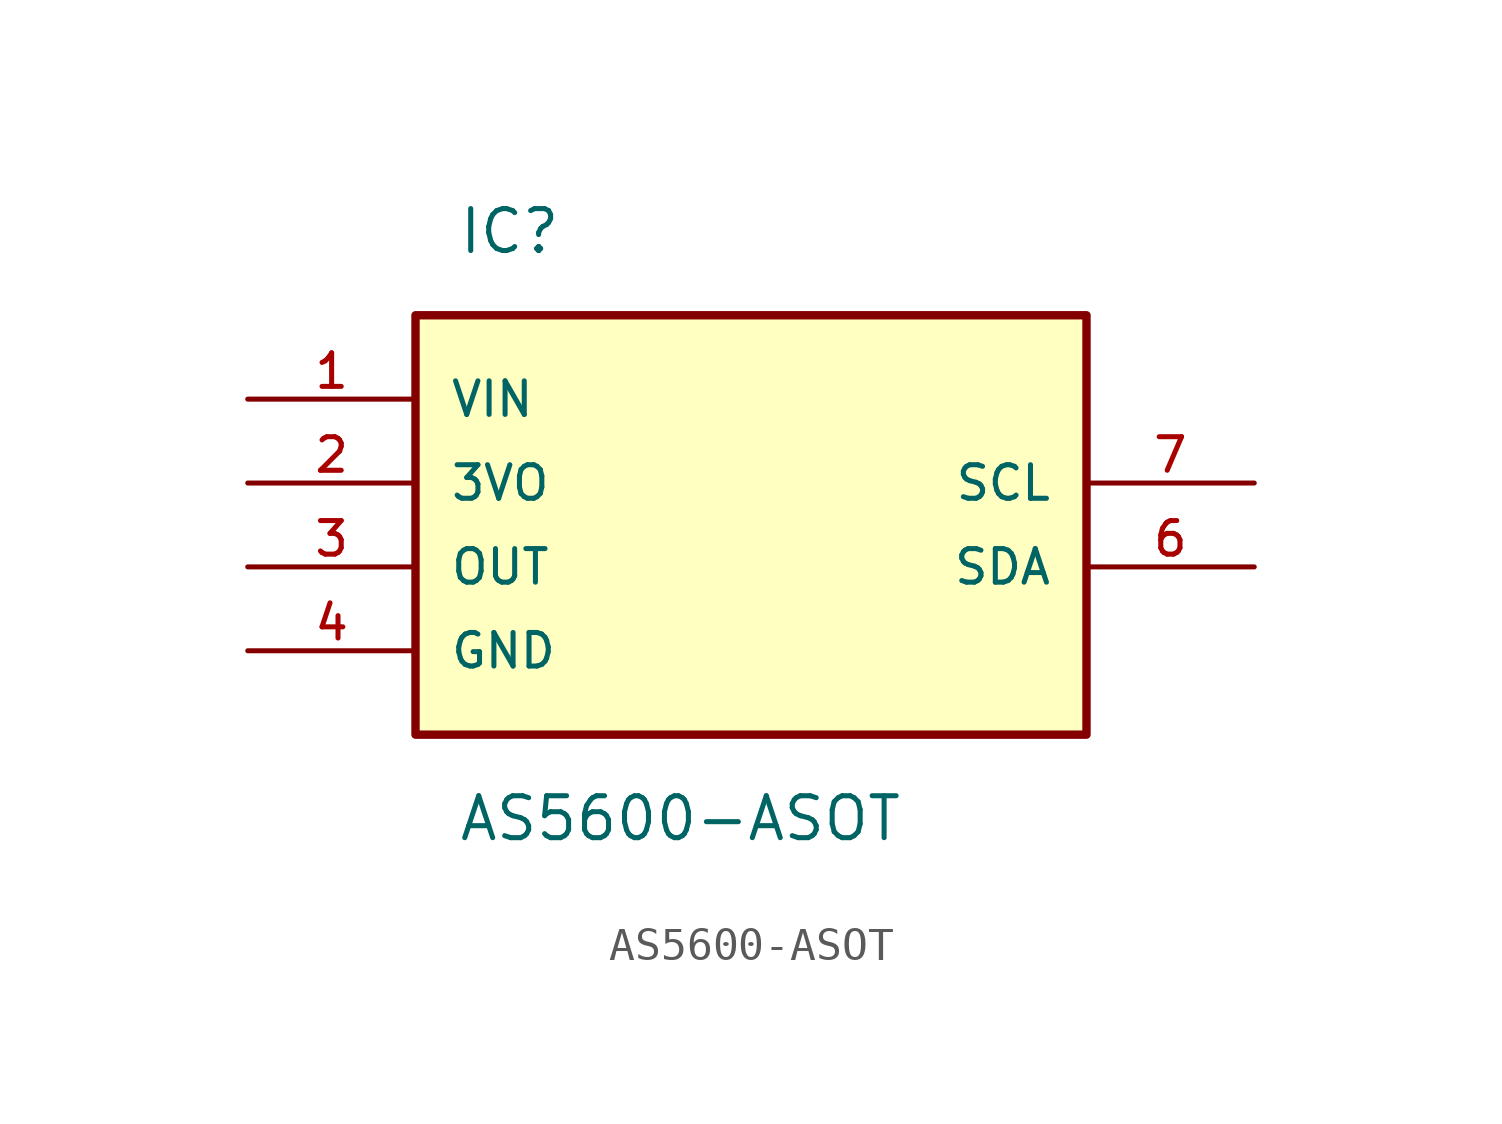
<source format=kicad_sym>
(kicad_symbol_lib
  (version 20241209)
  (generator "kicad_symbol_editor")
  (generator_version "9.0")
  (symbol "AS5600-ASOT"
    (pin_names
      (offset 1.016))
    (property "Reference" "IC"
      (at 6.35 5.08 0)
      (effects (font (size 1.27 1.27)) (justify left)))
    (property "Value" "AS5600-ASOT"
      (at 6.35 -12.7 0)
      (effects (font (size 1.27 1.27)) (justify left)))
    (symbol "AS5600-ASOT_0_0"
      (rectangle (start 5.08 -10.16) (end 25.4 2.54) (stroke (width 0.254) (type default)) (fill (type background)))
      (pin bidirectional line (at 0 -5.08 0) (length 5.08) (name "OUT" (effects (font (size 1.016 1.016)))) (number "3" (effects (font (size 1.016 1.016)))))
      (pin bidirectional line (at 0 -7.62 0) (length 5.08) (name "GND" (effects (font (size 1.016 1.016)))) (number "4" (effects (font (size 1.016 1.016)))))
      (pin bidirectional line (at 30.48 -2.54 180) (length 5.08) (name "SCL" (effects (font (size 1.016 1.016)))) (number "7" (effects (font (size 1.016 1.016)))))
      (pin bidirectional line (at 30.48 -5.08 180) (length 5.08) (name "SDA" (effects (font (size 1.016 1.016)))) (number "6" (effects (font (size 1.016 1.016))))))
    (symbol "AS5600-ASOT_1_0"
      (pin bidirectional line (at 0 0 0) (length 5.08) (name "VIN" (effects (font (size 1.016 1.016)))) (number "1" (effects (font (size 1.016 1.016)))))
      (pin bidirectional line (at 0 -2.54 0) (length 5.08) (name "3VO" (effects (font (size 1.016 1.016)))) (number "2" (effects (font (size 1.016 1.016))))))))
</source>
